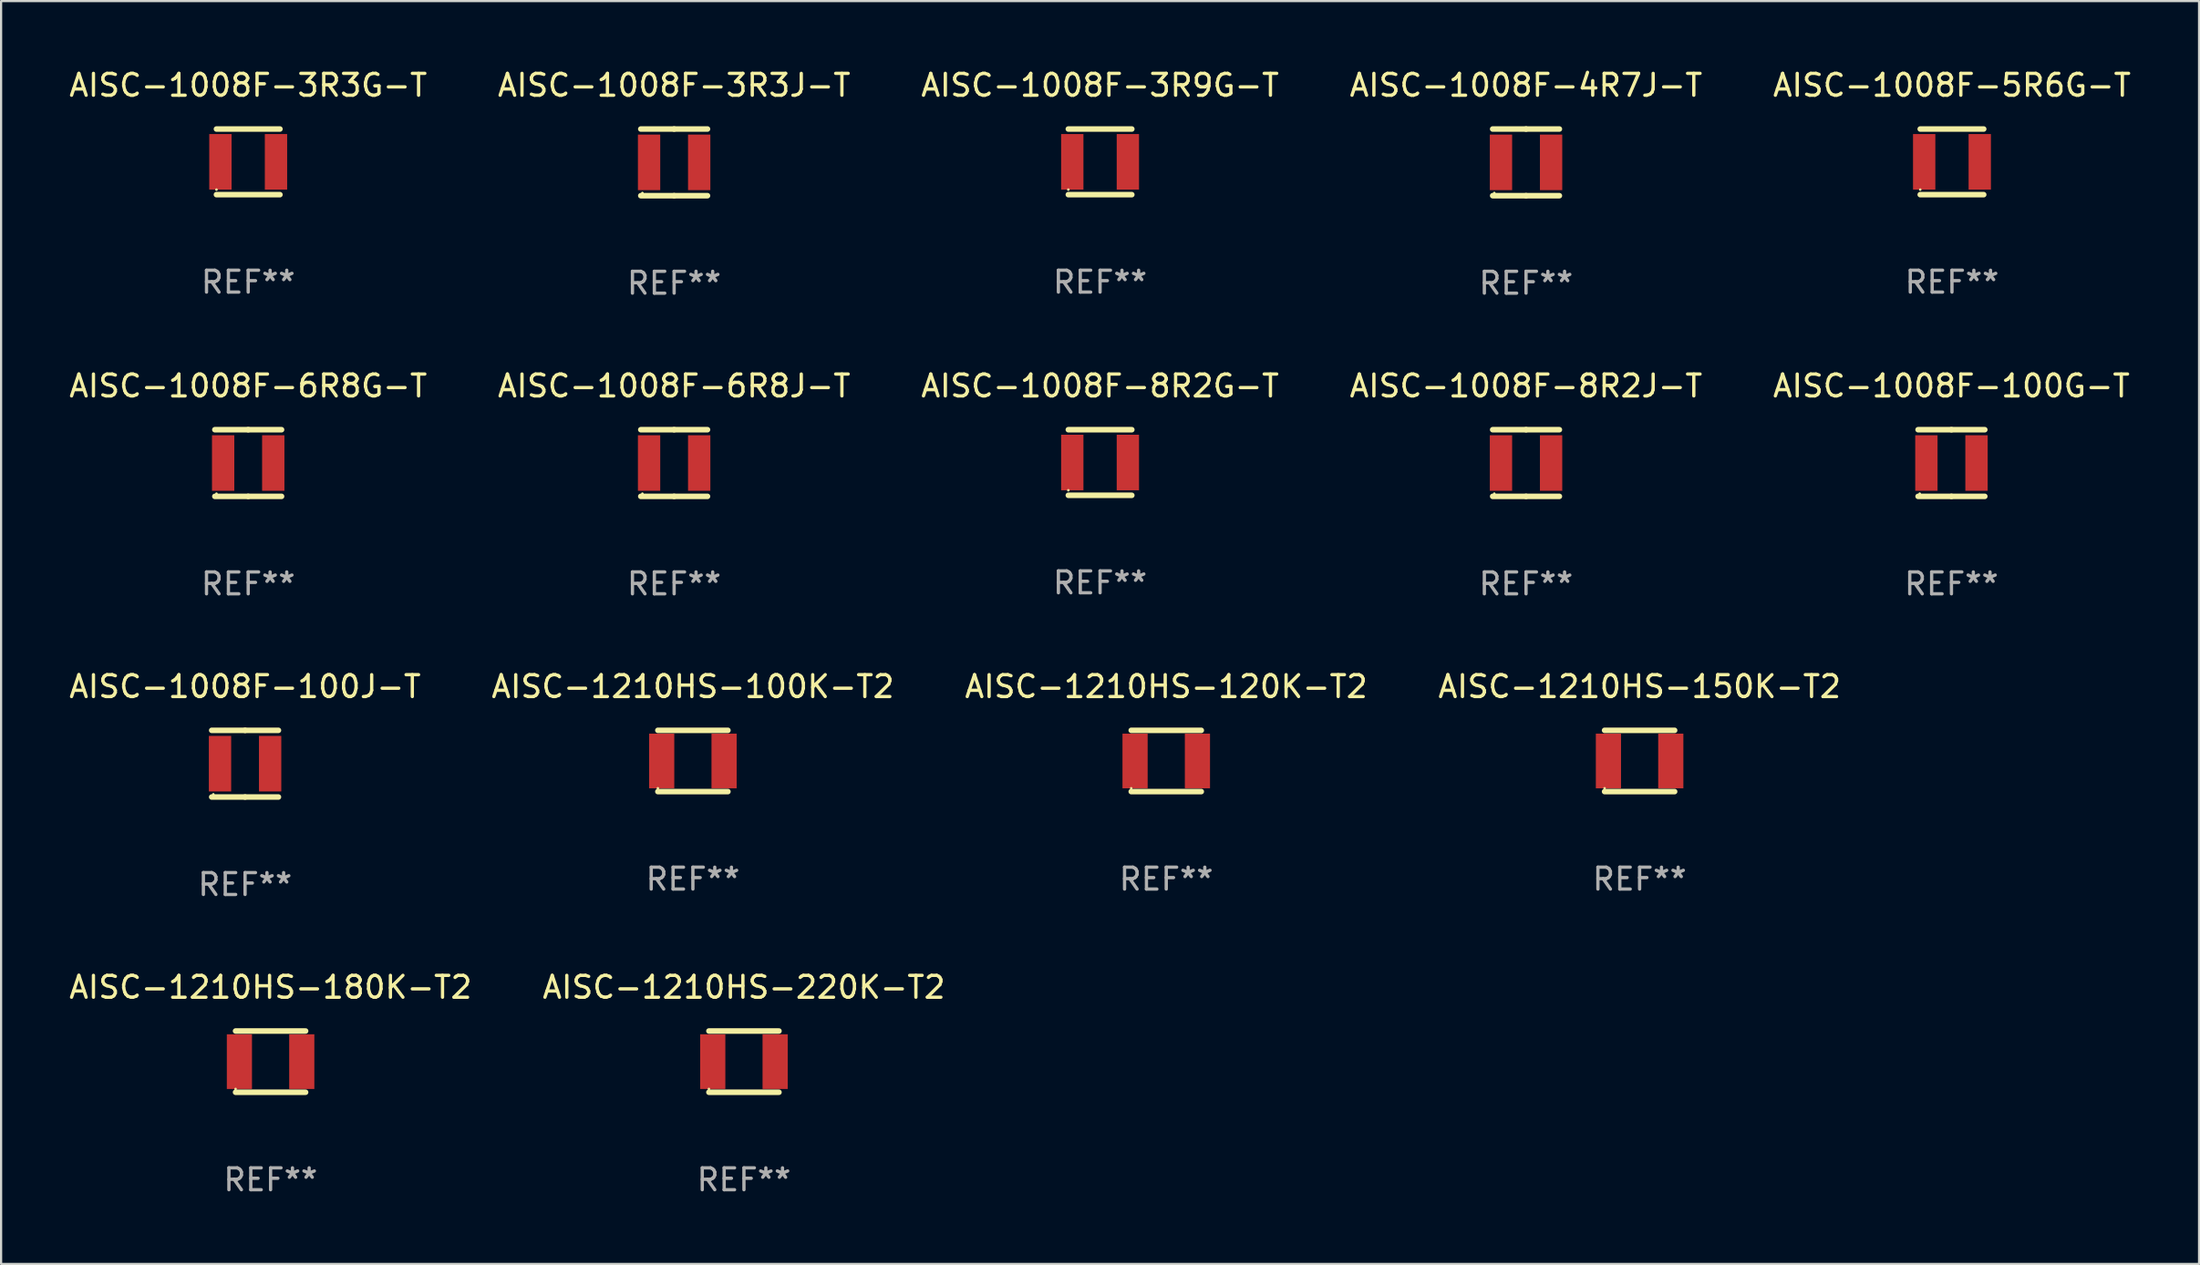
<source format=kicad_pcb>
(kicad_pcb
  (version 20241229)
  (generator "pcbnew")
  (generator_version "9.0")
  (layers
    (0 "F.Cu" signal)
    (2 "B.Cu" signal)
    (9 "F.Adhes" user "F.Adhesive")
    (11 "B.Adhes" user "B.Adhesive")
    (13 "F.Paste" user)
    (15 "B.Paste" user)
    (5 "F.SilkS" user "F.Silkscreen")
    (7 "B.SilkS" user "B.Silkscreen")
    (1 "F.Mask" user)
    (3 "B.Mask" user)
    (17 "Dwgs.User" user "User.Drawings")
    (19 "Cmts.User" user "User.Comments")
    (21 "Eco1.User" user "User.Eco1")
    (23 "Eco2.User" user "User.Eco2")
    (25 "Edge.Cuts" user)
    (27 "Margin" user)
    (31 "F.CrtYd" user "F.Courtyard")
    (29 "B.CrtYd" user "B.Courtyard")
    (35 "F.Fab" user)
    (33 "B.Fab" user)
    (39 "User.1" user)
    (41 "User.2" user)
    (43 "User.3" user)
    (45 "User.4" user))
  (footprint "AISC-1008F-8R2J-T"
    (layer "F.Cu")
    (at 66.685 18.117)
    (property "Reference" "AISC-1008F-8R2J-T" (at 0 -3.524 0) (layer "F.SilkS") (effects (font (size 1 1) (thickness 0.15))))
    (attr through_hole)
    (fp_line (start -1.524 -1.524) (end 0 -1.524) (stroke (width 0.254) (type solid)) (layer "F.SilkS"))
    (fp_line (start 0 -1.524) (end 1.524 -1.524) (stroke (width 0.254) (type solid)) (layer "F.SilkS"))
    (fp_line (start 0 1.524) (end -1.524 1.524) (stroke (width 0.254) (type solid)) (layer "F.SilkS"))
    (fp_line (start 1.524 1.524) (end 0 1.524) (stroke (width 0.254) (type solid)) (layer "F.SilkS"))
    (fp_circle (center -1.45 1.4) (end -1.42 1.4) (stroke (width 0.06) (type solid)) (fill no) (layer "F.SilkS"))
    (fp_text user "REF**" (at 0 5.524 0) (layer "F.Fab") (effects (font (size 1 1) (thickness 0.15))))
    (pad "1" smd rect (at -1.145 0) (size 1.02 2.54) (layers "F.Cu" "F.Mask" "F.Paste"))
    (pad "2" smd rect (at 1.145 0) (size 1.02 2.54) (layers "F.Cu" "F.Mask" "F.Paste")))
  (footprint "AISC-1210HS-100K-T2"
    (layer "F.Cu")
    (at 28.613 31.737)
    (property "Reference" "AISC-1210HS-100K-T2" (at 0 -3.4 0) (layer "F.SilkS") (effects (font (size 1 1) (thickness 0.15))))
    (attr through_hole)
    (fp_line (start -1.6 -1.4) (end 1.6 -1.4) (stroke (width 0.254) (type solid)) (layer "F.SilkS"))
    (fp_line (start -1.6 1.4) (end 1.6 1.4) (stroke (width 0.254) (type solid)) (layer "F.SilkS"))
    (fp_circle (center -1.6 1.25) (end -1.57 1.25) (stroke (width 0.06) (type solid)) (fill no) (layer "F.SilkS"))
    (fp_text user "REF**" (at 0 5.4 0) (layer "F.Fab") (effects (font (size 1 1) (thickness 0.15))))
    (pad "1" smd rect (at -1.425 0 90) (size 2.5 1.15) (layers "F.Cu" "F.Mask" "F.Paste"))
    (pad "2" smd rect (at 1.425 0 90) (size 2.5 1.15) (layers "F.Cu" "F.Mask" "F.Paste")))
  (footprint "AISC-1008F-3R3G-T"
    (layer "F.Cu")
    (at 8.292 4.348)
    (property "Reference" "AISC-1008F-3R3G-T" (at 0 -3.5 0) (layer "F.SilkS") (effects (font (size 1 1) (thickness 0.15))))
    (attr through_hole)
    (fp_line (start -1.45 -1.5) (end 1.45 -1.5) (stroke (width 0.254) (type solid)) (layer "F.SilkS"))
    (fp_line (start -1.45 1.5) (end 1.45 1.5) (stroke (width 0.254) (type solid)) (layer "F.SilkS"))
    (fp_circle (center -1.45 1.27) (end -1.42 1.27) (stroke (width 0.06) (type solid)) (fill no) (layer "F.SilkS"))
    (fp_text user "REF**" (at 0 5.5 0) (layer "F.Fab") (effects (font (size 1 1) (thickness 0.15))))
    (pad "1" smd rect (at -1.27 0 90) (size 2.54 1.02) (layers "F.Cu" "F.Mask" "F.Paste"))
    (pad "2" smd rect (at 1.27 0 90) (size 2.54 1.02) (layers "F.Cu" "F.Mask" "F.Paste")))
  (footprint "AISC-1008F-100G-T"
    (layer "F.Cu")
    (at 86.125 18.117)
    (property "Reference" "AISC-1008F-100G-T" (at 0 -3.524 0) (layer "F.SilkS") (effects (font (size 1 1) (thickness 0.15))))
    (attr through_hole)
    (fp_line (start -1.524 -1.524) (end 0 -1.524) (stroke (width 0.254) (type solid)) (layer "F.SilkS"))
    (fp_line (start 0 -1.524) (end 1.524 -1.524) (stroke (width 0.254) (type solid)) (layer "F.SilkS"))
    (fp_line (start 0 1.524) (end -1.524 1.524) (stroke (width 0.254) (type solid)) (layer "F.SilkS"))
    (fp_line (start 1.524 1.524) (end 0 1.524) (stroke (width 0.254) (type solid)) (layer "F.SilkS"))
    (fp_circle (center -1.45 1.4) (end -1.42 1.4) (stroke (width 0.06) (type solid)) (fill no) (layer "F.SilkS"))
    (fp_text user "REF**" (at 0 5.524 0) (layer "F.Fab") (effects (font (size 1 1) (thickness 0.15))))
    (pad "1" smd rect (at -1.145 0) (size 1.02 2.54) (layers "F.Cu" "F.Mask" "F.Paste"))
    (pad "2" smd rect (at 1.145 0) (size 1.02 2.54) (layers "F.Cu" "F.Mask" "F.Paste")))
  (footprint "AISC-1008F-8R2G-T"
    (layer "F.Cu")
    (at 47.22 18.093)
    (property "Reference" "AISC-1008F-8R2G-T" (at 0 -3.5 0) (layer "F.SilkS") (effects (font (size 1 1) (thickness 0.15))))
    (attr through_hole)
    (fp_line (start -1.45 -1.5) (end 1.45 -1.5) (stroke (width 0.254) (type solid)) (layer "F.SilkS"))
    (fp_line (start -1.45 1.5) (end 1.45 1.5) (stroke (width 0.254) (type solid)) (layer "F.SilkS"))
    (fp_circle (center -1.45 1.27) (end -1.42 1.27) (stroke (width 0.06) (type solid)) (fill no) (layer "F.SilkS"))
    (fp_text user "REF**" (at 0 5.5 0) (layer "F.Fab") (effects (font (size 1 1) (thickness 0.15))))
    (pad "1" smd rect (at -1.27 0 90) (size 2.54 1.02) (layers "F.Cu" "F.Mask" "F.Paste"))
    (pad "2" smd rect (at 1.27 0 90) (size 2.54 1.02) (layers "F.Cu" "F.Mask" "F.Paste")))
  (footprint "AISC-1008F-3R3J-T"
    (layer "F.Cu")
    (at 27.756 4.372)
    (property "Reference" "AISC-1008F-3R3J-T" (at 0 -3.524 0) (layer "F.SilkS") (effects (font (size 1 1) (thickness 0.15))))
    (attr through_hole)
    (fp_line (start -1.524 -1.524) (end 0 -1.524) (stroke (width 0.254) (type solid)) (layer "F.SilkS"))
    (fp_line (start 0 -1.524) (end 1.524 -1.524) (stroke (width 0.254) (type solid)) (layer "F.SilkS"))
    (fp_line (start 0 1.524) (end -1.524 1.524) (stroke (width 0.254) (type solid)) (layer "F.SilkS"))
    (fp_line (start 1.524 1.524) (end 0 1.524) (stroke (width 0.254) (type solid)) (layer "F.SilkS"))
    (fp_circle (center -1.45 1.4) (end -1.42 1.4) (stroke (width 0.06) (type solid)) (fill no) (layer "F.SilkS"))
    (fp_text user "REF**" (at 0 5.524 0) (layer "F.Fab") (effects (font (size 1 1) (thickness 0.15))))
    (pad "1" smd rect (at -1.145 0) (size 1.02 2.54) (layers "F.Cu" "F.Mask" "F.Paste"))
    (pad "2" smd rect (at 1.145 0) (size 1.02 2.54) (layers "F.Cu" "F.Mask" "F.Paste")))
  (footprint "AISC-1008F-5R6G-T"
    (layer "F.Cu")
    (at 86.149 4.348)
    (property "Reference" "AISC-1008F-5R6G-T" (at 0 -3.5 0) (layer "F.SilkS") (effects (font (size 1 1) (thickness 0.15))))
    (attr through_hole)
    (fp_line (start -1.45 -1.5) (end 1.45 -1.5) (stroke (width 0.254) (type solid)) (layer "F.SilkS"))
    (fp_line (start -1.45 1.5) (end 1.45 1.5) (stroke (width 0.254) (type solid)) (layer "F.SilkS"))
    (fp_circle (center -1.45 1.27) (end -1.42 1.27) (stroke (width 0.06) (type solid)) (fill no) (layer "F.SilkS"))
    (fp_text user "REF**" (at 0 5.5 0) (layer "F.Fab") (effects (font (size 1 1) (thickness 0.15))))
    (pad "1" smd rect (at -1.27 0 90) (size 2.54 1.02) (layers "F.Cu" "F.Mask" "F.Paste"))
    (pad "2" smd rect (at 1.27 0 90) (size 2.54 1.02) (layers "F.Cu" "F.Mask" "F.Paste")))
  (footprint "AISC-1008F-4R7J-T"
    (layer "F.Cu")
    (at 66.685 4.372)
    (property "Reference" "AISC-1008F-4R7J-T" (at 0 -3.524 0) (layer "F.SilkS") (effects (font (size 1 1) (thickness 0.15))))
    (attr through_hole)
    (fp_line (start -1.524 -1.524) (end 0 -1.524) (stroke (width 0.254) (type solid)) (layer "F.SilkS"))
    (fp_line (start 0 -1.524) (end 1.524 -1.524) (stroke (width 0.254) (type solid)) (layer "F.SilkS"))
    (fp_line (start 0 1.524) (end -1.524 1.524) (stroke (width 0.254) (type solid)) (layer "F.SilkS"))
    (fp_line (start 1.524 1.524) (end 0 1.524) (stroke (width 0.254) (type solid)) (layer "F.SilkS"))
    (fp_circle (center -1.45 1.4) (end -1.42 1.4) (stroke (width 0.06) (type solid)) (fill no) (layer "F.SilkS"))
    (fp_text user "REF**" (at 0 5.524 0) (layer "F.Fab") (effects (font (size 1 1) (thickness 0.15))))
    (pad "1" smd rect (at -1.145 0) (size 1.02 2.54) (layers "F.Cu" "F.Mask" "F.Paste"))
    (pad "2" smd rect (at 1.145 0) (size 1.02 2.54) (layers "F.Cu" "F.Mask" "F.Paste")))
  (footprint "AISC-1008F-6R8G-T"
    (layer "F.Cu")
    (at 8.292 18.117)
    (property "Reference" "AISC-1008F-6R8G-T" (at 0 -3.524 0) (layer "F.SilkS") (effects (font (size 1 1) (thickness 0.15))))
    (attr through_hole)
    (fp_line (start -1.524 -1.524) (end 0 -1.524) (stroke (width 0.254) (type solid)) (layer "F.SilkS"))
    (fp_line (start 0 -1.524) (end 1.524 -1.524) (stroke (width 0.254) (type solid)) (layer "F.SilkS"))
    (fp_line (start 0 1.524) (end -1.524 1.524) (stroke (width 0.254) (type solid)) (layer "F.SilkS"))
    (fp_line (start 1.524 1.524) (end 0 1.524) (stroke (width 0.254) (type solid)) (layer "F.SilkS"))
    (fp_circle (center -1.45 1.4) (end -1.42 1.4) (stroke (width 0.06) (type solid)) (fill no) (layer "F.SilkS"))
    (fp_text user "REF**" (at 0 5.524 0) (layer "F.Fab") (effects (font (size 1 1) (thickness 0.15))))
    (pad "1" smd rect (at -1.145 0) (size 1.02 2.54) (layers "F.Cu" "F.Mask" "F.Paste"))
    (pad "2" smd rect (at 1.145 0) (size 1.02 2.54) (layers "F.Cu" "F.Mask" "F.Paste")))
  (footprint "AISC-1210HS-220K-T2"
    (layer "F.Cu")
    (at 30.946 45.482)
    (property "Reference" "AISC-1210HS-220K-T2" (at 0 -3.4 0) (layer "F.SilkS") (effects (font (size 1 1) (thickness 0.15))))
    (attr through_hole)
    (fp_line (start -1.6 -1.4) (end 1.6 -1.4) (stroke (width 0.254) (type solid)) (layer "F.SilkS"))
    (fp_line (start -1.6 1.4) (end 1.6 1.4) (stroke (width 0.254) (type solid)) (layer "F.SilkS"))
    (fp_circle (center -1.6 1.25) (end -1.57 1.25) (stroke (width 0.06) (type solid)) (fill no) (layer "F.SilkS"))
    (fp_text user "REF**" (at 0 5.4 0) (layer "F.Fab") (effects (font (size 1 1) (thickness 0.15))))
    (pad "1" smd rect (at -1.425 0 90) (size 2.5 1.15) (layers "F.Cu" "F.Mask" "F.Paste"))
    (pad "2" smd rect (at 1.425 0 90) (size 2.5 1.15) (layers "F.Cu" "F.Mask" "F.Paste")))
  (footprint "AISC-1210HS-180K-T2"
    (layer "F.Cu")
    (at 9.315 45.482)
    (property "Reference" "AISC-1210HS-180K-T2" (at 0 -3.4 0) (layer "F.SilkS") (effects (font (size 1 1) (thickness 0.15))))
    (attr through_hole)
    (fp_line (start -1.6 -1.4) (end 1.6 -1.4) (stroke (width 0.254) (type solid)) (layer "F.SilkS"))
    (fp_line (start -1.6 1.4) (end 1.6 1.4) (stroke (width 0.254) (type solid)) (layer "F.SilkS"))
    (fp_circle (center -1.6 1.25) (end -1.57 1.25) (stroke (width 0.06) (type solid)) (fill no) (layer "F.SilkS"))
    (fp_text user "REF**" (at 0 5.4 0) (layer "F.Fab") (effects (font (size 1 1) (thickness 0.15))))
    (pad "1" smd rect (at -1.425 0 90) (size 2.5 1.15) (layers "F.Cu" "F.Mask" "F.Paste"))
    (pad "2" smd rect (at 1.425 0 90) (size 2.5 1.15) (layers "F.Cu" "F.Mask" "F.Paste")))
  (footprint "AISC-1210HS-150K-T2"
    (layer "F.Cu")
    (at 71.875 31.737)
    (property "Reference" "AISC-1210HS-150K-T2" (at 0 -3.4 0) (layer "F.SilkS") (effects (font (size 1 1) (thickness 0.15))))
    (attr through_hole)
    (fp_line (start -1.6 -1.4) (end 1.6 -1.4) (stroke (width 0.254) (type solid)) (layer "F.SilkS"))
    (fp_line (start -1.6 1.4) (end 1.6 1.4) (stroke (width 0.254) (type solid)) (layer "F.SilkS"))
    (fp_circle (center -1.6 1.25) (end -1.57 1.25) (stroke (width 0.06) (type solid)) (fill no) (layer "F.SilkS"))
    (fp_text user "REF**" (at 0 5.4 0) (layer "F.Fab") (effects (font (size 1 1) (thickness 0.15))))
    (pad "1" smd rect (at -1.425 0 90) (size 2.5 1.15) (layers "F.Cu" "F.Mask" "F.Paste"))
    (pad "2" smd rect (at 1.425 0 90) (size 2.5 1.15) (layers "F.Cu" "F.Mask" "F.Paste")))
  (footprint "AISC-1008F-100J-T"
    (layer "F.Cu")
    (at 8.149 31.861)
    (property "Reference" "AISC-1008F-100J-T" (at 0 -3.524 0) (layer "F.SilkS") (effects (font (size 1 1) (thickness 0.15))))
    (attr through_hole)
    (fp_line (start -1.524 -1.524) (end 0 -1.524) (stroke (width 0.254) (type solid)) (layer "F.SilkS"))
    (fp_line (start 0 -1.524) (end 1.524 -1.524) (stroke (width 0.254) (type solid)) (layer "F.SilkS"))
    (fp_line (start 0 1.524) (end -1.524 1.524) (stroke (width 0.254) (type solid)) (layer "F.SilkS"))
    (fp_line (start 1.524 1.524) (end 0 1.524) (stroke (width 0.254) (type solid)) (layer "F.SilkS"))
    (fp_circle (center -1.45 1.4) (end -1.42 1.4) (stroke (width 0.06) (type solid)) (fill no) (layer "F.SilkS"))
    (fp_text user "REF**" (at 0 5.524 0) (layer "F.Fab") (effects (font (size 1 1) (thickness 0.15))))
    (pad "1" smd rect (at -1.145 0) (size 1.02 2.54) (layers "F.Cu" "F.Mask" "F.Paste"))
    (pad "2" smd rect (at 1.145 0) (size 1.02 2.54) (layers "F.Cu" "F.Mask" "F.Paste")))
  (footprint "AISC-1008F-6R8J-T"
    (layer "F.Cu")
    (at 27.756 18.117)
    (property "Reference" "AISC-1008F-6R8J-T" (at 0 -3.524 0) (layer "F.SilkS") (effects (font (size 1 1) (thickness 0.15))))
    (attr through_hole)
    (fp_line (start -1.524 -1.524) (end 0 -1.524) (stroke (width 0.254) (type solid)) (layer "F.SilkS"))
    (fp_line (start 0 -1.524) (end 1.524 -1.524) (stroke (width 0.254) (type solid)) (layer "F.SilkS"))
    (fp_line (start 0 1.524) (end -1.524 1.524) (stroke (width 0.254) (type solid)) (layer "F.SilkS"))
    (fp_line (start 1.524 1.524) (end 0 1.524) (stroke (width 0.254) (type solid)) (layer "F.SilkS"))
    (fp_circle (center -1.45 1.4) (end -1.42 1.4) (stroke (width 0.06) (type solid)) (fill no) (layer "F.SilkS"))
    (fp_text user "REF**" (at 0 5.524 0) (layer "F.Fab") (effects (font (size 1 1) (thickness 0.15))))
    (pad "1" smd rect (at -1.145 0) (size 1.02 2.54) (layers "F.Cu" "F.Mask" "F.Paste"))
    (pad "2" smd rect (at 1.145 0) (size 1.02 2.54) (layers "F.Cu" "F.Mask" "F.Paste")))
  (footprint "AISC-1210HS-120K-T2"
    (layer "F.Cu")
    (at 50.244 31.737)
    (property "Reference" "AISC-1210HS-120K-T2" (at 0 -3.4 0) (layer "F.SilkS") (effects (font (size 1 1) (thickness 0.15))))
    (attr through_hole)
    (fp_line (start -1.6 -1.4) (end 1.6 -1.4) (stroke (width 0.254) (type solid)) (layer "F.SilkS"))
    (fp_line (start -1.6 1.4) (end 1.6 1.4) (stroke (width 0.254) (type solid)) (layer "F.SilkS"))
    (fp_circle (center -1.6 1.25) (end -1.57 1.25) (stroke (width 0.06) (type solid)) (fill no) (layer "F.SilkS"))
    (fp_text user "REF**" (at 0 5.4 0) (layer "F.Fab") (effects (font (size 1 1) (thickness 0.15))))
    (pad "1" smd rect (at -1.425 0 90) (size 2.5 1.15) (layers "F.Cu" "F.Mask" "F.Paste"))
    (pad "2" smd rect (at 1.425 0 90) (size 2.5 1.15) (layers "F.Cu" "F.Mask" "F.Paste")))
  (footprint "AISC-1008F-3R9G-T"
    (layer "F.Cu")
    (at 47.22 4.348)
    (property "Reference" "AISC-1008F-3R9G-T" (at 0 -3.5 0) (layer "F.SilkS") (effects (font (size 1 1) (thickness 0.15))))
    (attr through_hole)
    (fp_line (start -1.45 -1.5) (end 1.45 -1.5) (stroke (width 0.254) (type solid)) (layer "F.SilkS"))
    (fp_line (start -1.45 1.5) (end 1.45 1.5) (stroke (width 0.254) (type solid)) (layer "F.SilkS"))
    (fp_circle (center -1.45 1.27) (end -1.42 1.27) (stroke (width 0.06) (type solid)) (fill no) (layer "F.SilkS"))
    (fp_text user "REF**" (at 0 5.5 0) (layer "F.Fab") (effects (font (size 1 1) (thickness 0.15))))
    (pad "1" smd rect (at -1.27 0 90) (size 2.54 1.02) (layers "F.Cu" "F.Mask" "F.Paste"))
    (pad "2" smd rect (at 1.27 0 90) (size 2.54 1.02) (layers "F.Cu" "F.Mask" "F.Paste")))
  (gr_rect
    (start -3 -3)
    (end 97.44 54.73)
    (stroke (width 0.1) (type default))
    (fill no)
    (layer "Edge.Cuts")))
</source>
